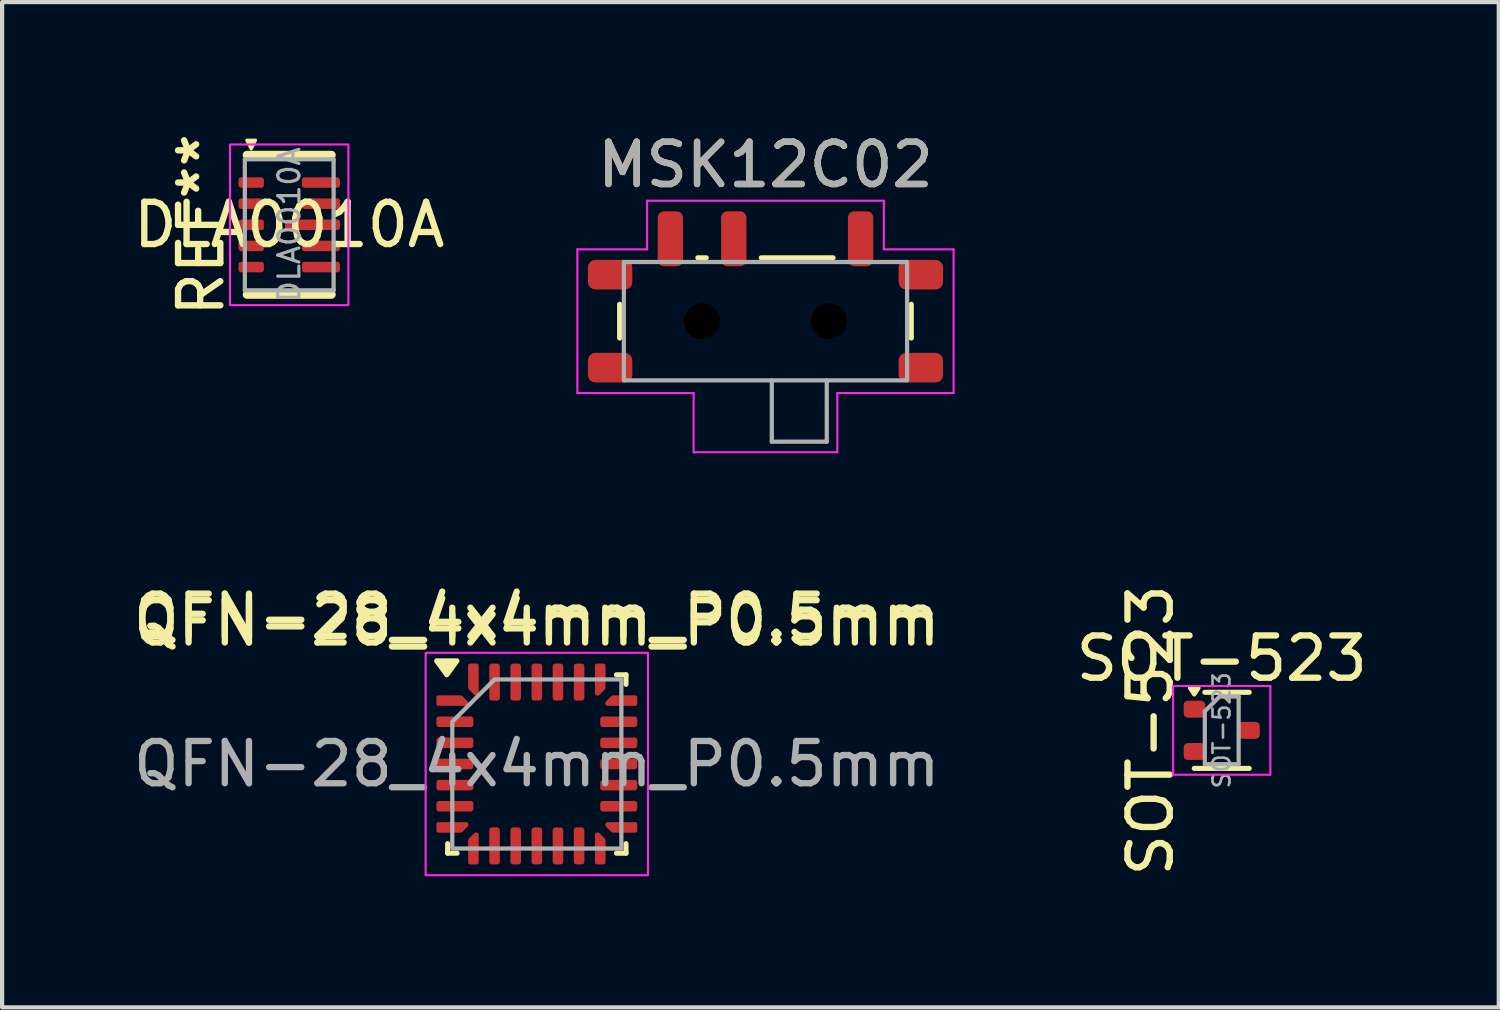
<source format=kicad_pcb>
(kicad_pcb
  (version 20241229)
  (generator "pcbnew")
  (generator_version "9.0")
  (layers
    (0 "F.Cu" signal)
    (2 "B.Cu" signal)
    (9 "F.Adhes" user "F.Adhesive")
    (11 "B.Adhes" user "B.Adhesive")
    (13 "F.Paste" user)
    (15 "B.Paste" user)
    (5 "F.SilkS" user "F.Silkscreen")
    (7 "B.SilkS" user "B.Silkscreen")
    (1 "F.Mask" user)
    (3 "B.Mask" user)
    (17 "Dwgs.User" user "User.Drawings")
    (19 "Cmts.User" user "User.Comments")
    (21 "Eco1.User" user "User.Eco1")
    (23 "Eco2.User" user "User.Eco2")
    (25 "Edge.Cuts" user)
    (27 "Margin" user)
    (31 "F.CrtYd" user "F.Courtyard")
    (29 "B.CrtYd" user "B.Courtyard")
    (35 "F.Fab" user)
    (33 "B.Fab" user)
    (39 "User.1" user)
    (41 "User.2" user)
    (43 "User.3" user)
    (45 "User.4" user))
  (footprint "MSK12C02"
    (layer "F.Cu")
    (at 15.058 4.548)
    (property "Reference" "MSK12C02" (at 0 -3.7 0) (layer "F.SilkS") (effects (font (size 1 1) (thickness 0.15))))
    (attr smd)
    (fp_line (start -3.45 -0.4) (end -3.45 0.4) (stroke (width 0.12) (type default)) (layer "F.SilkS"))
    (fp_line (start -1.4 -1.5) (end -1.6 -1.5) (stroke (width 0.12) (type default)) (layer "F.SilkS"))
    (fp_line (start 1.6 -1.5) (end -0.1 -1.5) (stroke (width 0.12) (type default)) (layer "F.SilkS"))
    (fp_line (start 3.45 -0.4) (end 3.45 0.4) (stroke (width 0.12) (type default)) (layer "F.SilkS"))
    (fp_line (start -4.45 -1.7) (end -4.45 1.7) (stroke (width 0.05) (type default)) (layer "F.CrtYd"))
    (fp_line (start -4.45 -1.7) (end -2.8 -1.7) (stroke (width 0.05) (type default)) (layer "F.CrtYd"))
    (fp_line (start -4.45 1.7) (end -1.7 1.7) (stroke (width 0.05) (type default)) (layer "F.CrtYd"))
    (fp_line (start -2.8 -2.85) (end 2.8 -2.85) (stroke (width 0.05) (type default)) (layer "F.CrtYd"))
    (fp_line (start -2.8 -1.7) (end -2.8 -2.85) (stroke (width 0.05) (type default)) (layer "F.CrtYd"))
    (fp_line (start -1.7 1.7) (end -1.7 3.1) (stroke (width 0.05) (type default)) (layer "F.CrtYd"))
    (fp_line (start 1.7 1.7) (end 4.45 1.7) (stroke (width 0.05) (type default)) (layer "F.CrtYd"))
    (fp_line (start 1.7 3.1) (end -1.7 3.1) (stroke (width 0.05) (type default)) (layer "F.CrtYd"))
    (fp_line (start 1.7 3.1) (end 1.7 1.7) (stroke (width 0.05) (type default)) (layer "F.CrtYd"))
    (fp_line (start 2.8 -1.7) (end 2.8 -2.85) (stroke (width 0.05) (type default)) (layer "F.CrtYd"))
    (fp_line (start 4.45 -1.7) (end 2.8 -1.7) (stroke (width 0.05) (type default)) (layer "F.CrtYd"))
    (fp_line (start 4.45 1.7) (end 4.45 -1.7) (stroke (width 0.05) (type default)) (layer "F.CrtYd"))
    (fp_line (start 0.15 1.4) (end 0.15 2.85) (stroke (width 0.1) (type default)) (layer "F.Fab"))
    (fp_line (start 0.15 2.85) (end 1.45 2.85) (stroke (width 0.1) (type default)) (layer "F.Fab"))
    (fp_line (start 1.45 1.4) (end 1.45 2.85) (stroke (width 0.1) (type default)) (layer "F.Fab"))
    (fp_rect (start -3.35 -1.4) (end 3.35 1.4) (stroke (width 0.1) (type default)) (fill no) (layer "F.Fab"))
    (fp_text user "${REFERENCE}" (at 0 -3.7 0) (layer "F.Fab") (effects (font (size 1 1) (thickness 0.15))))
    (pad "" np_thru_hole circle (at -1.5 0) (size 0.85 0.85) (drill 0.85) (layers "*.Mask"))
    (pad "" np_thru_hole circle (at 1.5 0) (size 0.85 0.85) (drill 0.85) (layers "*.Mask"))
    (pad "1" smd roundrect (at -2.25 -1.95) (size 0.6 1.3) (layers "F.Cu" "F.Mask" "F.Paste") (roundrect_rratio 0.25))
    (pad "2" smd roundrect (at -0.75 -1.95) (size 0.6 1.3) (layers "F.Cu" "F.Mask" "F.Paste") (roundrect_rratio 0.25))
    (pad "3" smd roundrect (at 2.25 -1.95) (size 0.6 1.3) (layers "F.Cu" "F.Mask" "F.Paste") (roundrect_rratio 0.25))
    (pad "SH" smd roundrect (at -3.675 -1.1) (size 1.05 0.7) (layers "F.Cu" "F.Mask" "F.Paste") (roundrect_rratio 0.25))
    (pad "SH" smd roundrect (at -3.675 1.1) (size 1.05 0.7) (layers "F.Cu" "F.Mask" "F.Paste") (roundrect_rratio 0.25))
    (pad "SH" smd roundrect (at 3.675 -1.1) (size 1.05 0.7) (layers "F.Cu" "F.Mask" "F.Paste") (roundrect_rratio 0.25))
    (pad "SH" smd roundrect (at 3.675 1.1) (size 1.05 0.7) (layers "F.Cu" "F.Mask" "F.Paste") (roundrect_rratio 0.25)))
  (footprint "DLA0010A"
    (layer "F.Cu")
    (at 3.792 2.268)
    (property "Reference" "DLA0010A" (at 0 0 0) (unlocked yes) (layer "F.SilkS") (effects (font (size 1 1) (thickness 0.15))))
    (attr smd)
    (fp_line (start -1 -1.65) (end 1 -1.65) (stroke (width 0.2) (type solid)) (layer "F.SilkS"))
    (fp_line (start -1 1.65) (end 1 1.65) (stroke (width 0.2) (type solid)) (layer "F.SilkS"))
    (fp_poly (pts (xy -0.9 -1.8) (xy -0.8 -2) (xy -1 -2)) (stroke (width 0.08) (type solid)) (fill yes) (layer "F.SilkS"))
    (fp_poly (pts (xy -0.1 0.075) (xy -0.1 -0.075) (xy -0.05 -0.125) (xy 0.4 -0.125) (xy 0.45 -0.075) (xy 0.45 0.075) (xy 0.4 0.125) (xy -0.05 0.125)) (stroke (width 0) (type solid)) (fill yes) (layer "F.Paste"))
    (fp_poly (pts (xy 0.65 0.075) (xy 0.65 -0.075) (xy 0.7 -0.125) (xy 1.15 -0.125) (xy 1.2 -0.075) (xy 1.2 0.075) (xy 1.15 0.125) (xy 0.7 0.125)) (stroke (width 0) (type solid)) (fill yes) (layer "F.Paste"))
    (fp_rect (start -1.4 -1.9) (end 1.4 1.9) (stroke (width 0.05) (type default)) (fill no) (layer "F.CrtYd"))
    (fp_line (start -1.05 -1.55) (end 1.05 -1.55) (stroke (width 0.1) (type solid)) (layer "F.Fab"))
    (fp_line (start -1.05 1.55) (end -1.05 -1.55) (stroke (width 0.1) (type solid)) (layer "F.Fab"))
    (fp_line (start -1.05 1.55) (end 1.05 1.55) (stroke (width 0.1) (type solid)) (layer "F.Fab"))
    (fp_line (start 1.05 1.55) (end 1.05 -1.55) (stroke (width 0.1) (type solid)) (layer "F.Fab"))
    (fp_text user "REF**" (at -1.5 0 90) (unlocked yes) (layer "F.SilkS") (effects (font (size 1 1) (thickness 0.15)) (justify bottom)))
    (fp_text user "${REFERENCE}" (at 0 0 90) (layer "F.Fab") (effects (font (size 0.5 0.5) (thickness 0.075))))
    (pad "1" smd roundrect (at -0.9 -1) (size 0.6 0.25) (layers "F.Cu" "F.Mask" "F.Paste") (roundrect_rratio 0.25))
    (pad "2" smd roundrect (at -0.9 -0.5) (size 0.6 0.25) (layers "F.Cu" "F.Mask" "F.Paste") (roundrect_rratio 0.25))
    (pad "3" smd roundrect (at -0.9 0) (size 0.6 0.25) (layers "F.Cu" "F.Mask" "F.Paste") (roundrect_rratio 0.25))
    (pad "4" smd roundrect (at -0.9 0.5) (size 0.6 0.25) (layers "F.Cu" "F.Mask" "F.Paste") (roundrect_rratio 0.25))
    (pad "5" smd roundrect (at -0.9 1) (size 0.6 0.25) (layers "F.Cu" "F.Mask" "F.Paste") (roundrect_rratio 0.25))
    (pad "6" smd roundrect (at 0.75 1) (size 0.9 0.25) (layers "F.Cu" "F.Mask" "F.Paste") (roundrect_rratio 0.25))
    (pad "7" smd roundrect (at 0.75 0.5) (size 0.9 0.25) (layers "F.Cu" "F.Mask" "F.Paste") (roundrect_rratio 0.25))
    (pad "8" smd roundrect (at 0.55 0) (size 1.3 0.25) (layers "F.Cu" "F.Mask") (roundrect_rratio 0.25))
    (pad "9" smd roundrect (at 0.75 -0.5) (size 0.9 0.25) (layers "F.Cu" "F.Mask" "F.Paste") (roundrect_rratio 0.25))
    (pad "10" smd roundrect (at 0.75 -1) (size 0.9 0.25) (layers "F.Cu" "F.Mask" "F.Paste") (roundrect_rratio 0.25)))
  (footprint "QFN-28_4x4mm_P0.5mm"
    (layer "F.Cu")
    (at 9.649 15.023)
    (property "Reference" "QFN-28_4x4mm_P0.5mm" (at 0 -3.33 0) (layer "F.SilkS") (effects (font (size 1 1) (thickness 0.15))))
    (attr smd)
    (fp_line (start -2.11 2.11) (end -2.11 1.885) (stroke (width 0.12) (type solid)) (layer "F.SilkS"))
    (fp_line (start -1.885 2.11) (end -2.11 2.11) (stroke (width 0.12) (type solid)) (layer "F.SilkS"))
    (fp_line (start 1.885 -2.11) (end 2.11 -2.11) (stroke (width 0.12) (type solid)) (layer "F.SilkS"))
    (fp_line (start 1.885 2.11) (end 2.11 2.11) (stroke (width 0.12) (type solid)) (layer "F.SilkS"))
    (fp_line (start 2.11 -2.11) (end 2.11 -1.885) (stroke (width 0.12) (type solid)) (layer "F.SilkS"))
    (fp_line (start 2.11 2.11) (end 2.11 1.885) (stroke (width 0.12) (type solid)) (layer "F.SilkS"))
    (fp_poly (pts (xy -2.13 -2.11) (xy -2.37 -2.44) (xy -1.89 -2.44)) (stroke (width 0.12) (type solid)) (fill yes) (layer "F.SilkS"))
    (fp_rect (start -2.63 -2.63) (end 2.63 2.63) (stroke (width 0.05) (type solid)) (fill no) (layer "F.CrtYd"))
    (fp_poly (pts (xy -2 -1) (xy -2 2) (xy 2 2) (xy 2 -2) (xy -1 -2)) (stroke (width 0.1) (type solid)) (fill no) (layer "F.Fab"))
    (fp_text user "${REFERENCE}" (at 0 -2.9 0) (layer "F.SilkS") (effects (font (size 1 1) (thickness 0.15)) (justify bottom)))
    (fp_text user "${REFERENCE}" (at 0 0 0) (layer "F.Fab") (effects (font (size 1 1) (thickness 0.15))))
    (pad "1" smd custom (at -1.998 -1.5) (size 0.137 0.137) (layers "F.Cu" "F.Mask" "F.Paste") (options (anchor circle)) (primitives (gr_poly (pts (xy -0.333 -0.08) (xy 0.199 -0.08) (xy 0.333 0.054) (xy 0.333 0.08) (xy -0.333 0.08)) (width 0.09) (fill yes))))
    (pad "2" smd roundrect (at -1.938 -1) (size 0.875 0.25) (layers "F.Cu" "F.Mask" "F.Paste") (roundrect_rratio 0.25))
    (pad "3" smd roundrect (at -1.938 -0.5) (size 0.875 0.25) (layers "F.Cu" "F.Mask" "F.Paste") (roundrect_rratio 0.25))
    (pad "4" smd roundrect (at -1.938 0) (size 0.875 0.25) (layers "F.Cu" "F.Mask" "F.Paste") (roundrect_rratio 0.25))
    (pad "5" smd roundrect (at -1.938 0.5) (size 0.875 0.25) (layers "F.Cu" "F.Mask" "F.Paste") (roundrect_rratio 0.25))
    (pad "6" smd roundrect (at -1.938 1) (size 0.875 0.25) (layers "F.Cu" "F.Mask" "F.Paste") (roundrect_rratio 0.25))
    (pad "7" smd custom (at -1.998 1.5) (size 0.137 0.137) (layers "F.Cu" "F.Mask" "F.Paste") (options (anchor circle)) (primitives (gr_poly (pts (xy -0.333 -0.08) (xy 0.333 -0.08) (xy 0.333 -0.054) (xy 0.199 0.08) (xy -0.333 0.08)) (width 0.09) (fill yes))))
    (pad "8" smd custom (at -1.5 1.998) (size 0.137 0.137) (layers "F.Cu" "F.Mask" "F.Paste") (options (anchor circle)) (primitives (gr_poly (pts (xy -0.08 -0.199) (xy 0.054 -0.333) (xy 0.08 -0.333) (xy 0.08 0.333) (xy -0.08 0.333)) (width 0.09) (fill yes))))
    (pad "9" smd roundrect (at -1 1.938) (size 0.25 0.875) (layers "F.Cu" "F.Mask" "F.Paste") (roundrect_rratio 0.25))
    (pad "10" smd roundrect (at -0.5 1.938) (size 0.25 0.875) (layers "F.Cu" "F.Mask" "F.Paste") (roundrect_rratio 0.25))
    (pad "11" smd roundrect (at 0 1.938) (size 0.25 0.875) (layers "F.Cu" "F.Mask" "F.Paste") (roundrect_rratio 0.25))
    (pad "12" smd roundrect (at 0.5 1.938) (size 0.25 0.875) (layers "F.Cu" "F.Mask" "F.Paste") (roundrect_rratio 0.25))
    (pad "13" smd roundrect (at 1 1.938) (size 0.25 0.875) (layers "F.Cu" "F.Mask" "F.Paste") (roundrect_rratio 0.25))
    (pad "14" smd custom (at 1.5 1.998) (size 0.137 0.137) (layers "F.Cu" "F.Mask" "F.Paste") (options (anchor circle)) (primitives (gr_poly (pts (xy -0.08 -0.333) (xy -0.054 -0.333) (xy 0.08 -0.199) (xy 0.08 0.333) (xy -0.08 0.333)) (width 0.09) (fill yes))))
    (pad "15" smd custom (at 1.998 1.5) (size 0.137 0.137) (layers "F.Cu" "F.Mask" "F.Paste") (options (anchor circle)) (primitives (gr_poly (pts (xy -0.333 -0.08) (xy 0.333 -0.08) (xy 0.333 0.08) (xy -0.199 0.08) (xy -0.333 -0.054)) (width 0.09) (fill yes))))
    (pad "16" smd roundrect (at 1.938 1) (size 0.875 0.25) (layers "F.Cu" "F.Mask" "F.Paste") (roundrect_rratio 0.25))
    (pad "17" smd roundrect (at 1.938 0.5) (size 0.875 0.25) (layers "F.Cu" "F.Mask" "F.Paste") (roundrect_rratio 0.25))
    (pad "18" smd roundrect (at 1.938 0) (size 0.875 0.25) (layers "F.Cu" "F.Mask" "F.Paste") (roundrect_rratio 0.25))
    (pad "19" smd roundrect (at 1.938 -0.5) (size 0.875 0.25) (layers "F.Cu" "F.Mask" "F.Paste") (roundrect_rratio 0.25))
    (pad "20" smd roundrect (at 1.938 -1) (size 0.875 0.25) (layers "F.Cu" "F.Mask" "F.Paste") (roundrect_rratio 0.25))
    (pad "21" smd custom (at 1.998 -1.5) (size 0.137 0.137) (layers "F.Cu" "F.Mask" "F.Paste") (options (anchor circle)) (primitives (gr_poly (pts (xy -0.333 0.054) (xy -0.199 -0.08) (xy 0.333 -0.08) (xy 0.333 0.08) (xy -0.333 0.08)) (width 0.09) (fill yes))))
    (pad "22" smd custom (at 1.5 -1.998) (size 0.137 0.137) (layers "F.Cu" "F.Mask" "F.Paste") (options (anchor circle)) (primitives (gr_poly (pts (xy -0.08 -0.333) (xy 0.08 -0.333) (xy 0.08 0.199) (xy -0.054 0.333) (xy -0.08 0.333)) (width 0.09) (fill yes))))
    (pad "23" smd roundrect (at 1 -1.938) (size 0.25 0.875) (layers "F.Cu" "F.Mask" "F.Paste") (roundrect_rratio 0.25))
    (pad "24" smd roundrect (at 0.5 -1.938) (size 0.25 0.875) (layers "F.Cu" "F.Mask" "F.Paste") (roundrect_rratio 0.25))
    (pad "25" smd roundrect (at 0 -1.938) (size 0.25 0.875) (layers "F.Cu" "F.Mask" "F.Paste") (roundrect_rratio 0.25))
    (pad "26" smd roundrect (at -0.5 -1.938) (size 0.25 0.875) (layers "F.Cu" "F.Mask" "F.Paste") (roundrect_rratio 0.25))
    (pad "27" smd roundrect (at -1 -1.938) (size 0.25 0.875) (layers "F.Cu" "F.Mask" "F.Paste") (roundrect_rratio 0.25))
    (pad "28" smd custom (at -1.5 -1.998) (size 0.137 0.137) (layers "F.Cu" "F.Mask" "F.Paste") (options (anchor circle)) (primitives (gr_poly (pts (xy -0.08 -0.333) (xy 0.08 -0.333) (xy 0.08 0.333) (xy 0.054 0.333) (xy -0.08 0.199)) (width 0.09) (fill yes)))))
  (footprint "SOT-523"
    (layer "F.Cu")
    (at 25.851 14.227)
    (property "Reference" "SOT-523" (at 0 -1.7 0) (layer "F.SilkS") (effects (font (size 1 1) (thickness 0.15))))
    (attr smd)
    (fp_line (start 0.65 -0.9) (end -0.4 -0.9) (stroke (width 0.12) (type solid)) (layer "F.SilkS"))
    (fp_line (start 0.65 0.9) (end -0.65 0.9) (stroke (width 0.12) (type solid)) (layer "F.SilkS"))
    (fp_poly (pts (xy -0.65 -0.85) (xy -0.55 -1) (xy -0.75 -1)) (stroke (width 0.1) (type solid)) (fill yes) (layer "F.SilkS"))
    (fp_line (start -1.15 -1.05) (end -1.15 1.05) (stroke (width 0.05) (type solid)) (layer "F.CrtYd"))
    (fp_line (start -1.15 -1.05) (end 1.15 -1.05) (stroke (width 0.05) (type solid)) (layer "F.CrtYd"))
    (fp_line (start 1.15 1.05) (end -1.15 1.05) (stroke (width 0.05) (type solid)) (layer "F.CrtYd"))
    (fp_line (start 1.15 1.05) (end 1.15 -1.05) (stroke (width 0.05) (type solid)) (layer "F.CrtYd"))
    (fp_line (start -0.4 -0.45) (end -0.4 0.8) (stroke (width 0.1) (type solid)) (layer "F.Fab"))
    (fp_line (start -0.4 -0.45) (end -0.05 -0.8) (stroke (width 0.1) (type solid)) (layer "F.Fab"))
    (fp_line (start -0.4 0.8) (end 0.4 0.8) (stroke (width 0.1) (type solid)) (layer "F.Fab"))
    (fp_line (start 0.4 -0.8) (end -0.05 -0.8) (stroke (width 0.1) (type solid)) (layer "F.Fab"))
    (fp_line (start 0.4 0.8) (end 0.4 -0.8) (stroke (width 0.1) (type solid)) (layer "F.Fab"))
    (fp_text user "${REFERENCE}" (at -1.1 0 90) (unlocked yes) (layer "F.SilkS") (effects (font (size 1 1) (thickness 0.15)) (justify bottom)))
    (fp_text user "${REFERENCE}" (at 0 0 90) (layer "F.Fab") (effects (font (size 0.4 0.4) (thickness 0.062))))
    (pad "1" smd roundrect (at -0.645 -0.5 180) (size 0.51 0.4) (layers "F.Cu" "F.Mask" "F.Paste") (roundrect_rratio 0.25))
    (pad "2" smd roundrect (at -0.645 0.5 180) (size 0.51 0.4) (layers "F.Cu" "F.Mask" "F.Paste") (roundrect_rratio 0.25))
    (pad "3" smd roundrect (at 0.645 0 180) (size 0.51 0.4) (layers "F.Cu" "F.Mask" "F.Paste") (roundrect_rratio 0.25)))
  (gr_rect
    (start -3 -3)
    (end 32.405 20.78)
    (stroke (width 0.1) (type default))
    (fill no)
    (layer "Edge.Cuts")))
</source>
